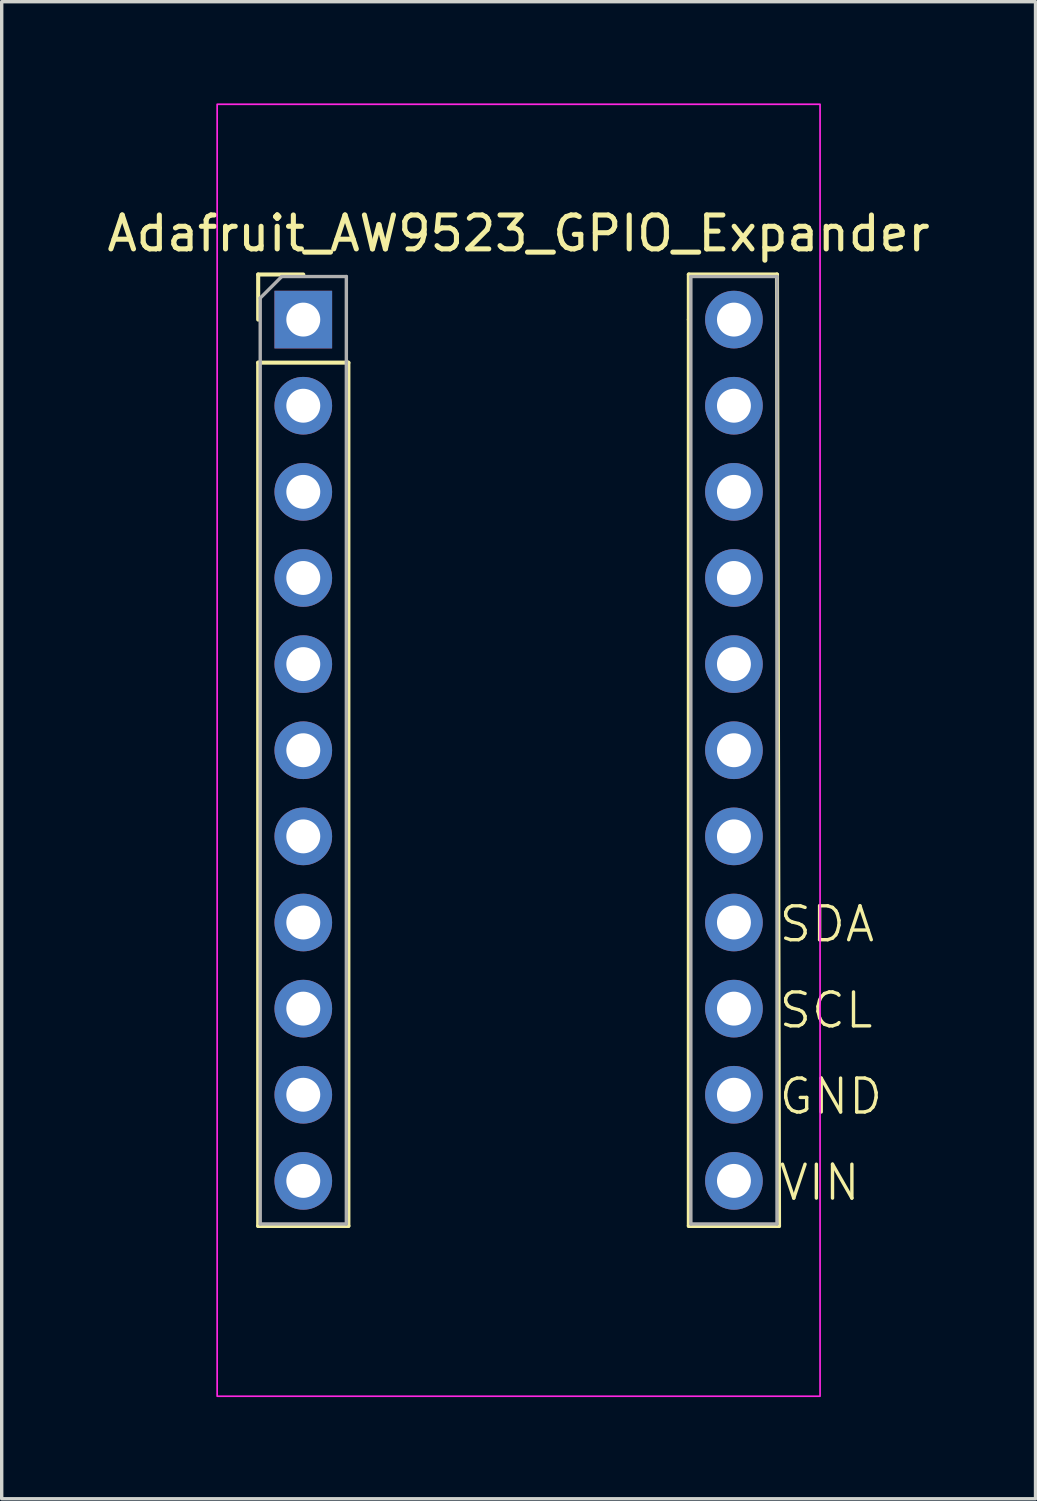
<source format=kicad_pcb>
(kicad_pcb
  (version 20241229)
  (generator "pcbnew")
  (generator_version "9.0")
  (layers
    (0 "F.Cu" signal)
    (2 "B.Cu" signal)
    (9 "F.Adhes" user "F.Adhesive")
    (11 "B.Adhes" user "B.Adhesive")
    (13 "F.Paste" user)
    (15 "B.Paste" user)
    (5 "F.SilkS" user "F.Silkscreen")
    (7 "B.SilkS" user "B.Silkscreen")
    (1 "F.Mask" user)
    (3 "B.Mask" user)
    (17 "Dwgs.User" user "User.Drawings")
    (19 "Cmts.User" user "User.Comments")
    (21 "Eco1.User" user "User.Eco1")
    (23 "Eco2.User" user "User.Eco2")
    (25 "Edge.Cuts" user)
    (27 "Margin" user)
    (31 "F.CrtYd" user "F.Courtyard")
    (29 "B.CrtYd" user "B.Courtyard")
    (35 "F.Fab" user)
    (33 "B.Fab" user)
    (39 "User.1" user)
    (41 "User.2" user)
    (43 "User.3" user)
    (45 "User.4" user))
  (footprint "Adafruit_AW9523_GPIO_Expander"
    (layer "F.Cu")
    (at 12.244 17.805)
    (property "Reference" "Adafruit_AW9523_GPIO_Expander" (at 0 -13.97 0) (layer "F.SilkS") (effects (font (size 1 1) (thickness 0.15))))
    (attr through_hole)
    (fp_line (start -7.68 -12.76) (end -6.35 -12.76) (stroke (width 0.12) (type solid)) (layer "F.SilkS"))
    (fp_line (start -7.68 -11.43) (end -7.68 -12.76) (stroke (width 0.12) (type solid)) (layer "F.SilkS"))
    (fp_line (start -7.68 -10.16) (end -7.68 15.3) (stroke (width 0.12) (type solid)) (layer "F.SilkS"))
    (fp_line (start -7.68 -10.16) (end -5.02 -10.16) (stroke (width 0.12) (type solid)) (layer "F.SilkS"))
    (fp_line (start -7.68 15.3) (end -5.02 15.3) (stroke (width 0.12) (type solid)) (layer "F.SilkS"))
    (fp_line (start -5.02 -10.16) (end -5.02 15.3) (stroke (width 0.12) (type solid)) (layer "F.SilkS"))
    (fp_line (start 5.02 -12.76) (end 7.62 -12.76) (stroke (width 0.12) (type solid)) (layer "F.SilkS"))
    (fp_line (start 5.02 -11.43) (end 5.02 -12.76) (stroke (width 0.12) (type solid)) (layer "F.SilkS"))
    (fp_line (start 5.02 -11.43) (end 5.02 15.3) (stroke (width 0.12) (type solid)) (layer "F.SilkS"))
    (fp_line (start 5.02 15.3) (end 7.68 15.3) (stroke (width 0.12) (type solid)) (layer "F.SilkS"))
    (fp_line (start 7.62 -12.76) (end 7.68 15.3) (stroke (width 0.12) (type solid)) (layer "F.SilkS"))
    (fp_rect (start -8.89 -17.78) (end 8.89 20.32) (stroke (width 0.05) (type default)) (fill no) (layer "F.CrtYd"))
    (fp_line (start -7.62 -12.065) (end -6.985 -12.7) (stroke (width 0.1) (type solid)) (layer "F.Fab"))
    (fp_line (start -7.62 15.24) (end -7.62 -12.065) (stroke (width 0.1) (type solid)) (layer "F.Fab"))
    (fp_line (start -6.985 -12.7) (end -5.08 -12.7) (stroke (width 0.1) (type solid)) (layer "F.Fab"))
    (fp_line (start -5.08 -12.7) (end -5.08 15.24) (stroke (width 0.1) (type solid)) (layer "F.Fab"))
    (fp_line (start -5.08 15.24) (end -7.62 15.24) (stroke (width 0.1) (type solid)) (layer "F.Fab"))
    (fp_line (start 5.08 -12.7) (end 7.62 -12.7) (stroke (width 0.1) (type solid)) (layer "F.Fab"))
    (fp_line (start 5.08 15.24) (end 5.08 -12.7) (stroke (width 0.1) (type solid)) (layer "F.Fab"))
    (fp_line (start 7.62 -12.7) (end 7.62 15.24) (stroke (width 0.1) (type solid)) (layer "F.Fab"))
    (fp_line (start 7.62 15.24) (end 5.08 15.24) (stroke (width 0.1) (type solid)) (layer "F.Fab"))
    (fp_text user "VIN" (at 7.62 14.605 0) (unlocked yes) (layer "F.SilkS") (effects (font (size 1 1) (thickness 0.1)) (justify left bottom)))
    (fp_text user "SCL" (at 7.62 9.525 0) (unlocked yes) (layer "F.SilkS") (effects (font (size 1 1) (thickness 0.1)) (justify left bottom)))
    (fp_text user "SDA" (at 7.62 6.985 0) (unlocked yes) (layer "F.SilkS") (effects (font (size 1 1) (thickness 0.1)) (justify left bottom)))
    (fp_text user "GND" (at 7.62 12.065 0) (unlocked yes) (layer "F.SilkS") (effects (font (size 1 1) (thickness 0.1)) (justify left bottom)))
    (pad "1" thru_hole rect (at -6.35 -11.43) (size 1.7 1.7) (drill 1) (layers "*.Cu" "*.Mask"))
    (pad "2" thru_hole oval (at -6.35 -8.89) (size 1.7 1.7) (drill 1) (layers "*.Cu" "*.Mask"))
    (pad "3" thru_hole oval (at -6.35 -6.35) (size 1.7 1.7) (drill 1) (layers "*.Cu" "*.Mask"))
    (pad "4" thru_hole oval (at -6.35 -3.81) (size 1.7 1.7) (drill 1) (layers "*.Cu" "*.Mask"))
    (pad "5" thru_hole oval (at -6.35 -1.27) (size 1.7 1.7) (drill 1) (layers "*.Cu" "*.Mask"))
    (pad "6" thru_hole oval (at -6.35 1.27) (size 1.7 1.7) (drill 1) (layers "*.Cu" "*.Mask"))
    (pad "7" thru_hole oval (at -6.35 3.81) (size 1.7 1.7) (drill 1) (layers "*.Cu" "*.Mask"))
    (pad "8" thru_hole oval (at -6.35 6.35) (size 1.7 1.7) (drill 1) (layers "*.Cu" "*.Mask"))
    (pad "9" thru_hole oval (at -6.35 8.89) (size 1.7 1.7) (drill 1) (layers "*.Cu" "*.Mask"))
    (pad "10" thru_hole oval (at -6.35 11.43) (size 1.7 1.7) (drill 1) (layers "*.Cu" "*.Mask"))
    (pad "11" thru_hole oval (at -6.35 13.97) (size 1.7 1.7) (drill 1) (layers "*.Cu" "*.Mask"))
    (pad "12" thru_hole oval (at 6.35 13.97) (size 1.7 1.7) (drill 1) (layers "*.Cu" "*.Mask"))
    (pad "13" thru_hole oval (at 6.35 11.43) (size 1.7 1.7) (drill 1) (layers "*.Cu" "*.Mask"))
    (pad "14" thru_hole oval (at 6.35 8.89) (size 1.7 1.7) (drill 1) (layers "*.Cu" "*.Mask"))
    (pad "15" thru_hole oval (at 6.35 6.35) (size 1.7 1.7) (drill 1) (layers "*.Cu" "*.Mask"))
    (pad "16" thru_hole oval (at 6.35 3.81) (size 1.7 1.7) (drill 1) (layers "*.Cu" "*.Mask"))
    (pad "17" thru_hole oval (at 6.35 1.27) (size 1.7 1.7) (drill 1) (layers "*.Cu" "*.Mask"))
    (pad "18" thru_hole oval (at 6.35 -1.27) (size 1.7 1.7) (drill 1) (layers "*.Cu" "*.Mask"))
    (pad "19" thru_hole oval (at 6.35 -3.81) (size 1.7 1.7) (drill 1) (layers "*.Cu" "*.Mask"))
    (pad "20" thru_hole oval (at 6.35 -6.35) (size 1.7 1.7) (drill 1) (layers "*.Cu" "*.Mask"))
    (pad "21" thru_hole oval (at 6.35 -8.89) (size 1.7 1.7) (drill 1) (layers "*.Cu" "*.Mask"))
    (pad "22" thru_hole circle (at 6.35 -11.43) (size 1.7 1.7) (drill 1) (layers "*.Cu" "*.Mask")))
  (gr_rect
    (start -3 -3)
    (end 27.488 41.15)
    (stroke (width 0.1) (type default))
    (fill no)
    (layer "Edge.Cuts")))
</source>
